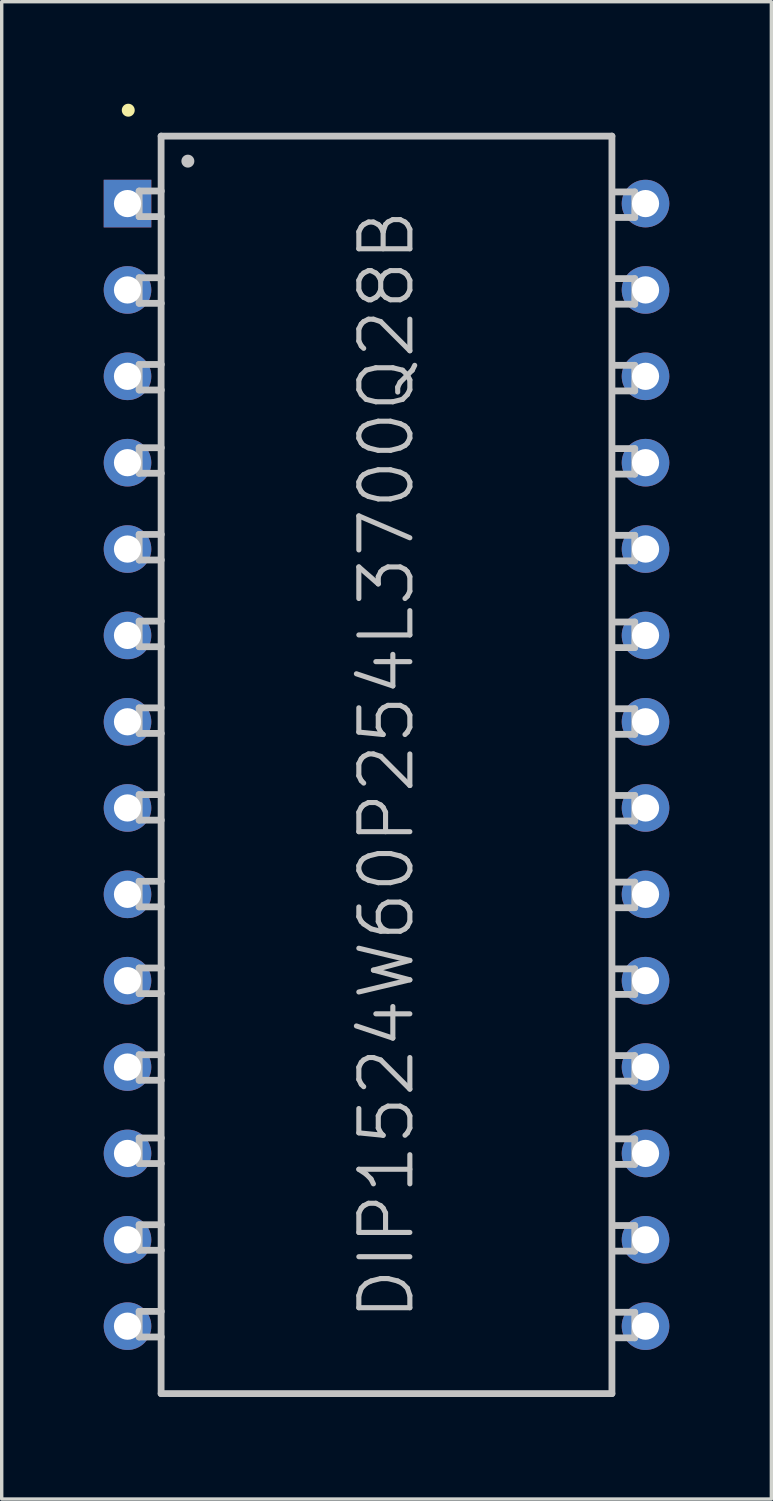
<source format=kicad_pcb>
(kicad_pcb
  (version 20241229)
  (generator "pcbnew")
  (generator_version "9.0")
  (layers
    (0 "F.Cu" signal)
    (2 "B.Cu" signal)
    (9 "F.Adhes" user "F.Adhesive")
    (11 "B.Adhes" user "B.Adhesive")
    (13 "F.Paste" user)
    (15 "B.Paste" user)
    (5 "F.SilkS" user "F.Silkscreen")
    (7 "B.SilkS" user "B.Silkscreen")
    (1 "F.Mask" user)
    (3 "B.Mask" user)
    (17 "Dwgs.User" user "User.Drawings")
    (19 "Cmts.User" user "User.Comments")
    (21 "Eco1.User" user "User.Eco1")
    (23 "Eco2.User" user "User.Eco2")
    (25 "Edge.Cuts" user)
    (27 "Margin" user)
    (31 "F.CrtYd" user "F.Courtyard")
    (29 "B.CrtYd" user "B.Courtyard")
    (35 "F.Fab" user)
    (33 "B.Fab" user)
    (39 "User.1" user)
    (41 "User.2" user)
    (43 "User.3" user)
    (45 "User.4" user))
  (footprint "DIP1524W60P254L3700Q28B"
    (layer "F.Cu")
    (at 8.317 19.444)
    (property "Reference" "DIP1524W60P254L3700Q28B" (at 0 0 90) (layer "Dwgs.User") (effects (font (size 1.5 1.5) (thickness 0.15))))
    (attr through_hole)
    (fp_line (start -7.595 -19.253) (end -7.595 -19.253) (stroke (width 0.381) (type solid)) (layer "F.SilkS"))
    (fp_line (start -7.275 -16.876) (end -6.624 -16.876) (stroke (width 0.2) (type solid)) (layer "Dwgs.User"))
    (fp_line (start -7.275 -16.124) (end -7.275 -16.876) (stroke (width 0.2) (type solid)) (layer "Dwgs.User"))
    (fp_line (start -7.275 -16.124) (end -6.624 -16.124) (stroke (width 0.2) (type solid)) (layer "Dwgs.User"))
    (fp_line (start -7.275 -14.326) (end -6.624 -14.326) (stroke (width 0.2) (type solid)) (layer "Dwgs.User"))
    (fp_line (start -7.275 -13.574) (end -7.275 -14.326) (stroke (width 0.2) (type solid)) (layer "Dwgs.User"))
    (fp_line (start -7.275 -13.574) (end -6.624 -13.574) (stroke (width 0.2) (type solid)) (layer "Dwgs.User"))
    (fp_line (start -7.275 -11.775) (end -6.624 -11.775) (stroke (width 0.2) (type solid)) (layer "Dwgs.User"))
    (fp_line (start -7.275 -11.024) (end -7.275 -11.775) (stroke (width 0.2) (type solid)) (layer "Dwgs.User"))
    (fp_line (start -7.275 -11.024) (end -6.624 -11.024) (stroke (width 0.2) (type solid)) (layer "Dwgs.User"))
    (fp_line (start -7.275 -9.327) (end -6.624 -9.327) (stroke (width 0.2) (type solid)) (layer "Dwgs.User"))
    (fp_line (start -7.275 -8.575) (end -7.275 -9.327) (stroke (width 0.2) (type solid)) (layer "Dwgs.User"))
    (fp_line (start -7.275 -8.575) (end -6.624 -8.575) (stroke (width 0.2) (type solid)) (layer "Dwgs.User"))
    (fp_line (start -7.275 -6.777) (end -6.624 -6.777) (stroke (width 0.2) (type solid)) (layer "Dwgs.User"))
    (fp_line (start -7.275 -6.025) (end -7.275 -6.777) (stroke (width 0.2) (type solid)) (layer "Dwgs.User"))
    (fp_line (start -7.275 -6.025) (end -6.624 -6.025) (stroke (width 0.2) (type solid)) (layer "Dwgs.User"))
    (fp_line (start -7.275 -4.227) (end -6.624 -4.227) (stroke (width 0.2) (type solid)) (layer "Dwgs.User"))
    (fp_line (start -7.275 -3.475) (end -7.275 -4.227) (stroke (width 0.2) (type solid)) (layer "Dwgs.User"))
    (fp_line (start -7.275 -3.475) (end -6.624 -3.475) (stroke (width 0.2) (type solid)) (layer "Dwgs.User"))
    (fp_line (start -7.275 -1.676) (end -6.624 -1.676) (stroke (width 0.2) (type solid)) (layer "Dwgs.User"))
    (fp_line (start -7.275 -0.925) (end -7.275 -1.676) (stroke (width 0.2) (type solid)) (layer "Dwgs.User"))
    (fp_line (start -7.275 -0.925) (end -6.624 -0.925) (stroke (width 0.2) (type solid)) (layer "Dwgs.User"))
    (fp_line (start -7.275 0.874) (end -6.624 0.874) (stroke (width 0.2) (type solid)) (layer "Dwgs.User"))
    (fp_line (start -7.275 1.626) (end -7.275 0.874) (stroke (width 0.2) (type solid)) (layer "Dwgs.User"))
    (fp_line (start -7.275 1.626) (end -6.624 1.626) (stroke (width 0.2) (type solid)) (layer "Dwgs.User"))
    (fp_line (start -7.275 3.424) (end -6.624 3.424) (stroke (width 0.2) (type solid)) (layer "Dwgs.User"))
    (fp_line (start -7.275 4.176) (end -7.275 3.424) (stroke (width 0.2) (type solid)) (layer "Dwgs.User"))
    (fp_line (start -7.275 4.176) (end -6.624 4.176) (stroke (width 0.2) (type solid)) (layer "Dwgs.User"))
    (fp_line (start -7.275 5.974) (end -6.624 5.974) (stroke (width 0.2) (type solid)) (layer "Dwgs.User"))
    (fp_line (start -7.275 6.726) (end -7.275 5.974) (stroke (width 0.2) (type solid)) (layer "Dwgs.User"))
    (fp_line (start -7.275 6.726) (end -6.624 6.726) (stroke (width 0.2) (type solid)) (layer "Dwgs.User"))
    (fp_line (start -7.275 8.524) (end -6.624 8.524) (stroke (width 0.2) (type solid)) (layer "Dwgs.User"))
    (fp_line (start -7.275 9.276) (end -7.275 8.524) (stroke (width 0.2) (type solid)) (layer "Dwgs.User"))
    (fp_line (start -7.275 9.276) (end -6.624 9.276) (stroke (width 0.2) (type solid)) (layer "Dwgs.User"))
    (fp_line (start -7.275 10.973) (end -6.624 10.973) (stroke (width 0.2) (type solid)) (layer "Dwgs.User"))
    (fp_line (start -7.275 11.725) (end -7.275 10.973) (stroke (width 0.2) (type solid)) (layer "Dwgs.User"))
    (fp_line (start -7.275 11.725) (end -6.624 11.725) (stroke (width 0.2) (type solid)) (layer "Dwgs.User"))
    (fp_line (start -7.275 13.523) (end -6.624 13.523) (stroke (width 0.2) (type solid)) (layer "Dwgs.User"))
    (fp_line (start -7.275 14.275) (end -7.275 13.523) (stroke (width 0.2) (type solid)) (layer "Dwgs.User"))
    (fp_line (start -7.275 14.275) (end -6.624 14.275) (stroke (width 0.2) (type solid)) (layer "Dwgs.User"))
    (fp_line (start -7.275 16.073) (end -6.624 16.073) (stroke (width 0.2) (type solid)) (layer "Dwgs.User"))
    (fp_line (start -7.275 16.825) (end -7.275 16.073) (stroke (width 0.2) (type solid)) (layer "Dwgs.User"))
    (fp_line (start -7.275 16.825) (end -6.624 16.825) (stroke (width 0.2) (type solid)) (layer "Dwgs.User"))
    (fp_line (start -6.629 -18.491) (end -6.629 18.491) (stroke (width 0.2) (type solid)) (layer "Dwgs.User"))
    (fp_line (start -6.629 -18.491) (end 6.629 -18.491) (stroke (width 0.2) (type solid)) (layer "Dwgs.User"))
    (fp_line (start -6.629 18.491) (end 6.629 18.491) (stroke (width 0.2) (type solid)) (layer "Dwgs.User"))
    (fp_line (start -5.842 -17.755) (end -5.842 -17.755) (stroke (width 0.381) (type solid)) (layer "Dwgs.User"))
    (fp_line (start 6.629 -18.491) (end 6.629 18.491) (stroke (width 0.2) (type solid)) (layer "Dwgs.User"))
    (fp_line (start 7.3 -16.85) (end 6.65 -16.85) (stroke (width 0.2) (type solid)) (layer "Dwgs.User"))
    (fp_line (start 7.3 -16.85) (end 7.3 -16.099) (stroke (width 0.2) (type solid)) (layer "Dwgs.User"))
    (fp_line (start 7.3 -16.099) (end 6.65 -16.099) (stroke (width 0.2) (type solid)) (layer "Dwgs.User"))
    (fp_line (start 7.3 -14.3) (end 6.65 -14.3) (stroke (width 0.2) (type solid)) (layer "Dwgs.User"))
    (fp_line (start 7.3 -14.3) (end 7.3 -13.548) (stroke (width 0.2) (type solid)) (layer "Dwgs.User"))
    (fp_line (start 7.3 -13.548) (end 6.65 -13.548) (stroke (width 0.2) (type solid)) (layer "Dwgs.User"))
    (fp_line (start 7.3 -11.75) (end 6.65 -11.75) (stroke (width 0.2) (type solid)) (layer "Dwgs.User"))
    (fp_line (start 7.3 -11.75) (end 7.3 -10.998) (stroke (width 0.2) (type solid)) (layer "Dwgs.User"))
    (fp_line (start 7.3 -10.998) (end 6.65 -10.998) (stroke (width 0.2) (type solid)) (layer "Dwgs.User"))
    (fp_line (start 7.3 -9.301) (end 6.65 -9.301) (stroke (width 0.2) (type solid)) (layer "Dwgs.User"))
    (fp_line (start 7.3 -9.301) (end 7.3 -8.55) (stroke (width 0.2) (type solid)) (layer "Dwgs.User"))
    (fp_line (start 7.3 -8.55) (end 6.65 -8.55) (stroke (width 0.2) (type solid)) (layer "Dwgs.User"))
    (fp_line (start 7.3 -6.751) (end 6.65 -6.751) (stroke (width 0.2) (type solid)) (layer "Dwgs.User"))
    (fp_line (start 7.3 -6.751) (end 7.3 -5.999) (stroke (width 0.2) (type solid)) (layer "Dwgs.User"))
    (fp_line (start 7.3 -5.999) (end 6.65 -5.999) (stroke (width 0.2) (type solid)) (layer "Dwgs.User"))
    (fp_line (start 7.3 -4.201) (end 6.65 -4.201) (stroke (width 0.2) (type solid)) (layer "Dwgs.User"))
    (fp_line (start 7.3 -4.201) (end 7.3 -3.449) (stroke (width 0.2) (type solid)) (layer "Dwgs.User"))
    (fp_line (start 7.3 -3.449) (end 6.65 -3.449) (stroke (width 0.2) (type solid)) (layer "Dwgs.User"))
    (fp_line (start 7.3 -1.651) (end 6.65 -1.651) (stroke (width 0.2) (type solid)) (layer "Dwgs.User"))
    (fp_line (start 7.3 -1.651) (end 7.3 -0.899) (stroke (width 0.2) (type solid)) (layer "Dwgs.User"))
    (fp_line (start 7.3 -0.899) (end 6.65 -0.899) (stroke (width 0.2) (type solid)) (layer "Dwgs.User"))
    (fp_line (start 7.3 0.899) (end 6.65 0.899) (stroke (width 0.2) (type solid)) (layer "Dwgs.User"))
    (fp_line (start 7.3 0.899) (end 7.3 1.651) (stroke (width 0.2) (type solid)) (layer "Dwgs.User"))
    (fp_line (start 7.3 1.651) (end 6.65 1.651) (stroke (width 0.2) (type solid)) (layer "Dwgs.User"))
    (fp_line (start 7.3 3.449) (end 6.65 3.449) (stroke (width 0.2) (type solid)) (layer "Dwgs.User"))
    (fp_line (start 7.3 3.449) (end 7.3 4.201) (stroke (width 0.2) (type solid)) (layer "Dwgs.User"))
    (fp_line (start 7.3 4.201) (end 6.65 4.201) (stroke (width 0.2) (type solid)) (layer "Dwgs.User"))
    (fp_line (start 7.3 5.999) (end 6.65 5.999) (stroke (width 0.2) (type solid)) (layer "Dwgs.User"))
    (fp_line (start 7.3 5.999) (end 7.3 6.751) (stroke (width 0.2) (type solid)) (layer "Dwgs.User"))
    (fp_line (start 7.3 6.751) (end 6.65 6.751) (stroke (width 0.2) (type solid)) (layer "Dwgs.User"))
    (fp_line (start 7.3 8.55) (end 6.65 8.55) (stroke (width 0.2) (type solid)) (layer "Dwgs.User"))
    (fp_line (start 7.3 8.55) (end 7.3 9.301) (stroke (width 0.2) (type solid)) (layer "Dwgs.User"))
    (fp_line (start 7.3 9.301) (end 6.65 9.301) (stroke (width 0.2) (type solid)) (layer "Dwgs.User"))
    (fp_line (start 7.3 10.998) (end 6.65 10.998) (stroke (width 0.2) (type solid)) (layer "Dwgs.User"))
    (fp_line (start 7.3 10.998) (end 7.3 11.75) (stroke (width 0.2) (type solid)) (layer "Dwgs.User"))
    (fp_line (start 7.3 11.75) (end 6.65 11.75) (stroke (width 0.2) (type solid)) (layer "Dwgs.User"))
    (fp_line (start 7.3 13.548) (end 6.65 13.548) (stroke (width 0.2) (type solid)) (layer "Dwgs.User"))
    (fp_line (start 7.3 13.548) (end 7.3 14.3) (stroke (width 0.2) (type solid)) (layer "Dwgs.User"))
    (fp_line (start 7.3 14.3) (end 6.65 14.3) (stroke (width 0.2) (type solid)) (layer "Dwgs.User"))
    (fp_line (start 7.3 16.099) (end 6.65 16.099) (stroke (width 0.2) (type solid)) (layer "Dwgs.User"))
    (fp_line (start 7.3 16.099) (end 7.3 16.85) (stroke (width 0.2) (type solid)) (layer "Dwgs.User"))
    (fp_line (start 7.3 16.85) (end 6.65 16.85) (stroke (width 0.2) (type solid)) (layer "Dwgs.User"))
    (pad "1" thru_hole rect (at -7.617 -16.507 180) (size 1.4 1.4) (drill 0.8) (layers "*.Cu" "*.Mask"))
    (pad "2" thru_hole circle (at -7.617 -13.967 180) (size 1.4 1.4) (drill 0.8) (layers "*.Cu" "*.Mask"))
    (pad "3" thru_hole circle (at -7.617 -11.427 180) (size 1.4 1.4) (drill 0.8) (layers "*.Cu" "*.Mask"))
    (pad "4" thru_hole circle (at -7.617 -8.887 180) (size 1.4 1.4) (drill 0.8) (layers "*.Cu" "*.Mask"))
    (pad "5" thru_hole circle (at -7.617 -6.347 180) (size 1.4 1.4) (drill 0.8) (layers "*.Cu" "*.Mask"))
    (pad "6" thru_hole circle (at -7.617 -3.807 180) (size 1.4 1.4) (drill 0.8) (layers "*.Cu" "*.Mask"))
    (pad "7" thru_hole circle (at -7.617 -1.267 180) (size 1.4 1.4) (drill 0.8) (layers "*.Cu" "*.Mask"))
    (pad "8" thru_hole circle (at -7.617 1.267 180) (size 1.4 1.4) (drill 0.8) (layers "*.Cu" "*.Mask"))
    (pad "9" thru_hole circle (at -7.617 3.807 180) (size 1.4 1.4) (drill 0.8) (layers "*.Cu" "*.Mask"))
    (pad "10" thru_hole circle (at -7.617 6.347 180) (size 1.4 1.4) (drill 0.8) (layers "*.Cu" "*.Mask"))
    (pad "11" thru_hole circle (at -7.617 8.887 180) (size 1.4 1.4) (drill 0.8) (layers "*.Cu" "*.Mask"))
    (pad "12" thru_hole circle (at -7.617 11.427 180) (size 1.4 1.4) (drill 0.8) (layers "*.Cu" "*.Mask"))
    (pad "13" thru_hole circle (at -7.617 13.967 180) (size 1.4 1.4) (drill 0.8) (layers "*.Cu" "*.Mask"))
    (pad "14" thru_hole circle (at -7.617 16.507 180) (size 1.4 1.4) (drill 0.8) (layers "*.Cu" "*.Mask"))
    (pad "15" thru_hole circle (at 7.617 16.507 180) (size 1.4 1.4) (drill 0.8) (layers "*.Cu" "*.Mask"))
    (pad "16" thru_hole circle (at 7.617 13.967 180) (size 1.4 1.4) (drill 0.8) (layers "*.Cu" "*.Mask"))
    (pad "17" thru_hole circle (at 7.617 11.427 180) (size 1.4 1.4) (drill 0.8) (layers "*.Cu" "*.Mask"))
    (pad "18" thru_hole circle (at 7.617 8.887 180) (size 1.4 1.4) (drill 0.8) (layers "*.Cu" "*.Mask"))
    (pad "19" thru_hole circle (at 7.617 6.347 180) (size 1.4 1.4) (drill 0.8) (layers "*.Cu" "*.Mask"))
    (pad "20" thru_hole circle (at 7.617 3.807 180) (size 1.4 1.4) (drill 0.8) (layers "*.Cu" "*.Mask"))
    (pad "21" thru_hole circle (at 7.617 1.267 180) (size 1.4 1.4) (drill 0.8) (layers "*.Cu" "*.Mask"))
    (pad "22" thru_hole circle (at 7.617 -1.267 180) (size 1.4 1.4) (drill 0.8) (layers "*.Cu" "*.Mask"))
    (pad "23" thru_hole circle (at 7.617 -3.807 180) (size 1.4 1.4) (drill 0.8) (layers "*.Cu" "*.Mask"))
    (pad "24" thru_hole circle (at 7.617 -6.347 180) (size 1.4 1.4) (drill 0.8) (layers "*.Cu" "*.Mask"))
    (pad "25" thru_hole circle (at 7.617 -8.887 180) (size 1.4 1.4) (drill 0.8) (layers "*.Cu" "*.Mask"))
    (pad "26" thru_hole circle (at 7.617 -11.427 180) (size 1.4 1.4) (drill 0.8) (layers "*.Cu" "*.Mask"))
    (pad "27" thru_hole circle (at 7.617 -13.967 180) (size 1.4 1.4) (drill 0.8) (layers "*.Cu" "*.Mask"))
    (pad "28" thru_hole circle (at 7.617 -16.507 180) (size 1.4 1.4) (drill 0.8) (layers "*.Cu" "*.Mask")))
  (gr_rect
    (start -3 -3)
    (end 19.635 41.035)
    (stroke (width 0.1) (type default))
    (fill no)
    (layer "Edge.Cuts")))
</source>
